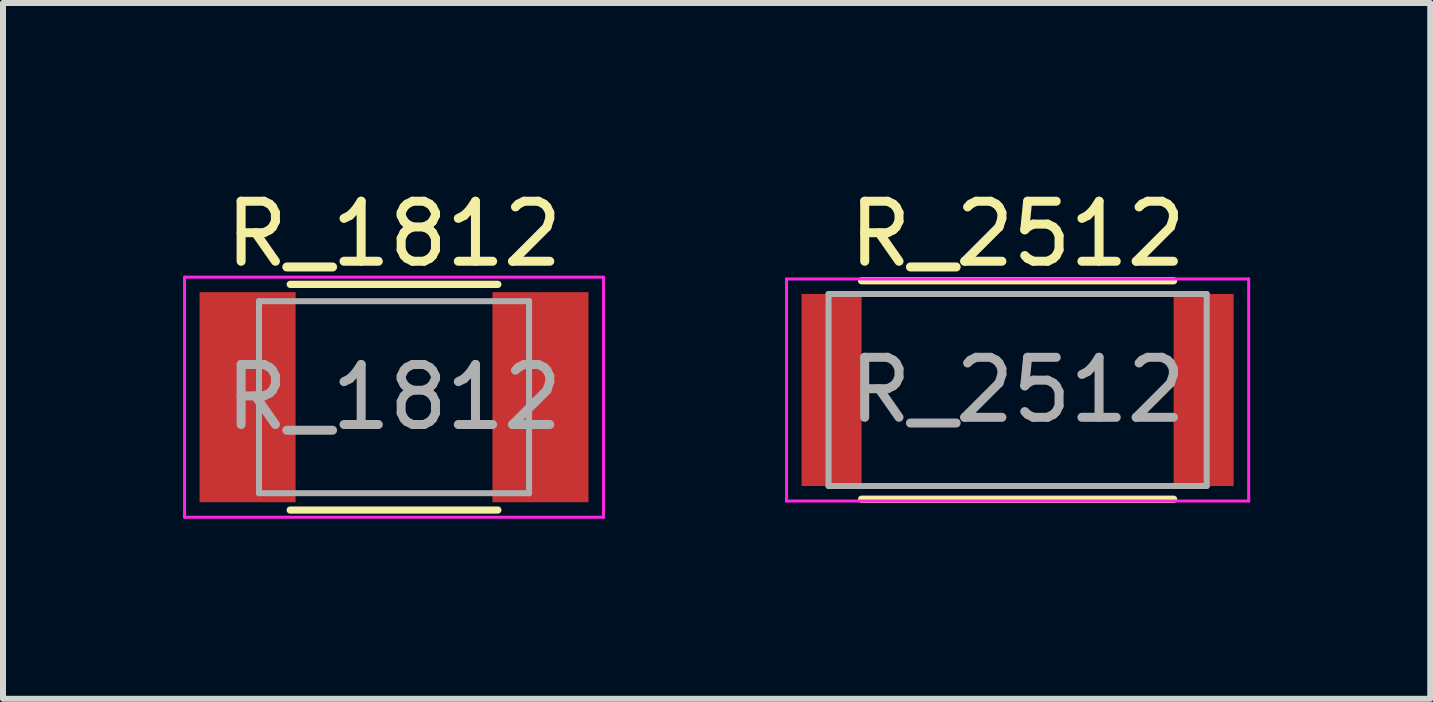
<source format=kicad_pcb>
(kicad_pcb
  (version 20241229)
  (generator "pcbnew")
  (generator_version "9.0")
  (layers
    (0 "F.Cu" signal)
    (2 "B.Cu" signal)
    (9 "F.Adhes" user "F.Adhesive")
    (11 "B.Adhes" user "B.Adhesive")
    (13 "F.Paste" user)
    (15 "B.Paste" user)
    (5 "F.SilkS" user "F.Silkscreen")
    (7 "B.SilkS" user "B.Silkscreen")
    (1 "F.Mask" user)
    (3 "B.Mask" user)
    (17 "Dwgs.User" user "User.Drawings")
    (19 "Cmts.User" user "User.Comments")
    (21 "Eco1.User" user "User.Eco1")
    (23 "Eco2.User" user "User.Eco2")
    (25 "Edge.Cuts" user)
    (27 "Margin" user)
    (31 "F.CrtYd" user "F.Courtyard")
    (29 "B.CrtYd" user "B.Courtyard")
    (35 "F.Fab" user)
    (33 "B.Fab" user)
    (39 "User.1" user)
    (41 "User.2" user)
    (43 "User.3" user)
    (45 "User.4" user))
  (footprint "R_1812"
    (layer "F.Cu")
    (at 3.515 3.568)
    (property "Reference" "R_1812" (at 0 -2.72 0) (layer "F.SilkS") (effects (font (size 1 1) (thickness 0.15))))
    (attr smd)
    (fp_line (start -1.73 -1.88) (end 1.73 -1.88) (stroke (width 0.12) (type solid)) (layer "F.SilkS"))
    (fp_line (start -1.73 1.88) (end 1.73 1.88) (stroke (width 0.12) (type solid)) (layer "F.SilkS"))
    (fp_line (start -3.49 -2) (end -3.49 2) (stroke (width 0.05) (type solid)) (layer "F.CrtYd"))
    (fp_line (start -3.49 -2) (end 3.49 -2) (stroke (width 0.05) (type solid)) (layer "F.CrtYd"))
    (fp_line (start 3.49 2) (end -3.49 2) (stroke (width 0.05) (type solid)) (layer "F.CrtYd"))
    (fp_line (start 3.49 2) (end 3.49 -2) (stroke (width 0.05) (type solid)) (layer "F.CrtYd"))
    (fp_line (start -2.25 -1.6) (end 2.25 -1.6) (stroke (width 0.1) (type solid)) (layer "F.Fab"))
    (fp_line (start -2.25 1.6) (end -2.25 -1.6) (stroke (width 0.1) (type solid)) (layer "F.Fab"))
    (fp_line (start 2.25 -1.6) (end 2.25 1.6) (stroke (width 0.1) (type solid)) (layer "F.Fab"))
    (fp_line (start 2.25 1.6) (end -2.25 1.6) (stroke (width 0.1) (type solid)) (layer "F.Fab"))
    (fp_text user "${REFERENCE}" (at 0 0 0) (layer "F.Fab") (effects (font (size 1 1) (thickness 0.15))))
    (pad "1" smd rect (at -2.44 0) (size 1.6 3.5) (layers "F.Cu" "F.Mask" "F.Paste"))
    (pad "2" smd rect (at 2.44 0) (size 1.6 3.5) (layers "F.Cu" "F.Mask" "F.Paste")))
  (footprint "R_2512"
    (layer "F.Cu")
    (at 13.905 3.448)
    (property "Reference" "R_2512" (at 0 -2.6 0) (layer "F.SilkS") (effects (font (size 1 1) (thickness 0.15))))
    (attr smd)
    (fp_line (start -2.6 -1.82) (end 2.6 -1.82) (stroke (width 0.12) (type solid)) (layer "F.SilkS"))
    (fp_line (start 2.6 1.82) (end -2.6 1.82) (stroke (width 0.12) (type solid)) (layer "F.SilkS"))
    (fp_line (start -3.85 -1.85) (end -3.85 1.85) (stroke (width 0.05) (type solid)) (layer "F.CrtYd"))
    (fp_line (start -3.85 -1.85) (end 3.85 -1.85) (stroke (width 0.05) (type solid)) (layer "F.CrtYd"))
    (fp_line (start 3.85 1.85) (end -3.85 1.85) (stroke (width 0.05) (type solid)) (layer "F.CrtYd"))
    (fp_line (start 3.85 1.85) (end 3.85 -1.85) (stroke (width 0.05) (type solid)) (layer "F.CrtYd"))
    (fp_line (start -3.15 -1.6) (end 3.15 -1.6) (stroke (width 0.1) (type solid)) (layer "F.Fab"))
    (fp_line (start -3.15 1.6) (end -3.15 -1.6) (stroke (width 0.1) (type solid)) (layer "F.Fab"))
    (fp_line (start 3.15 -1.6) (end 3.15 1.6) (stroke (width 0.1) (type solid)) (layer "F.Fab"))
    (fp_line (start 3.15 1.6) (end -3.15 1.6) (stroke (width 0.1) (type solid)) (layer "F.Fab"))
    (fp_text user "${REFERENCE}" (at 0 0 0) (layer "F.Fab") (effects (font (size 1 1) (thickness 0.15))))
    (pad "1" smd rect (at -3.1 0) (size 1 3.2) (layers "F.Cu" "F.Mask" "F.Paste"))
    (pad "2" smd rect (at 3.1 0) (size 1 3.2) (layers "F.Cu" "F.Mask" "F.Paste")))
  (gr_rect
    (start -3 -3)
    (end 20.78 8.593)
    (stroke (width 0.1) (type default))
    (fill no)
    (layer "Edge.Cuts")))
</source>
